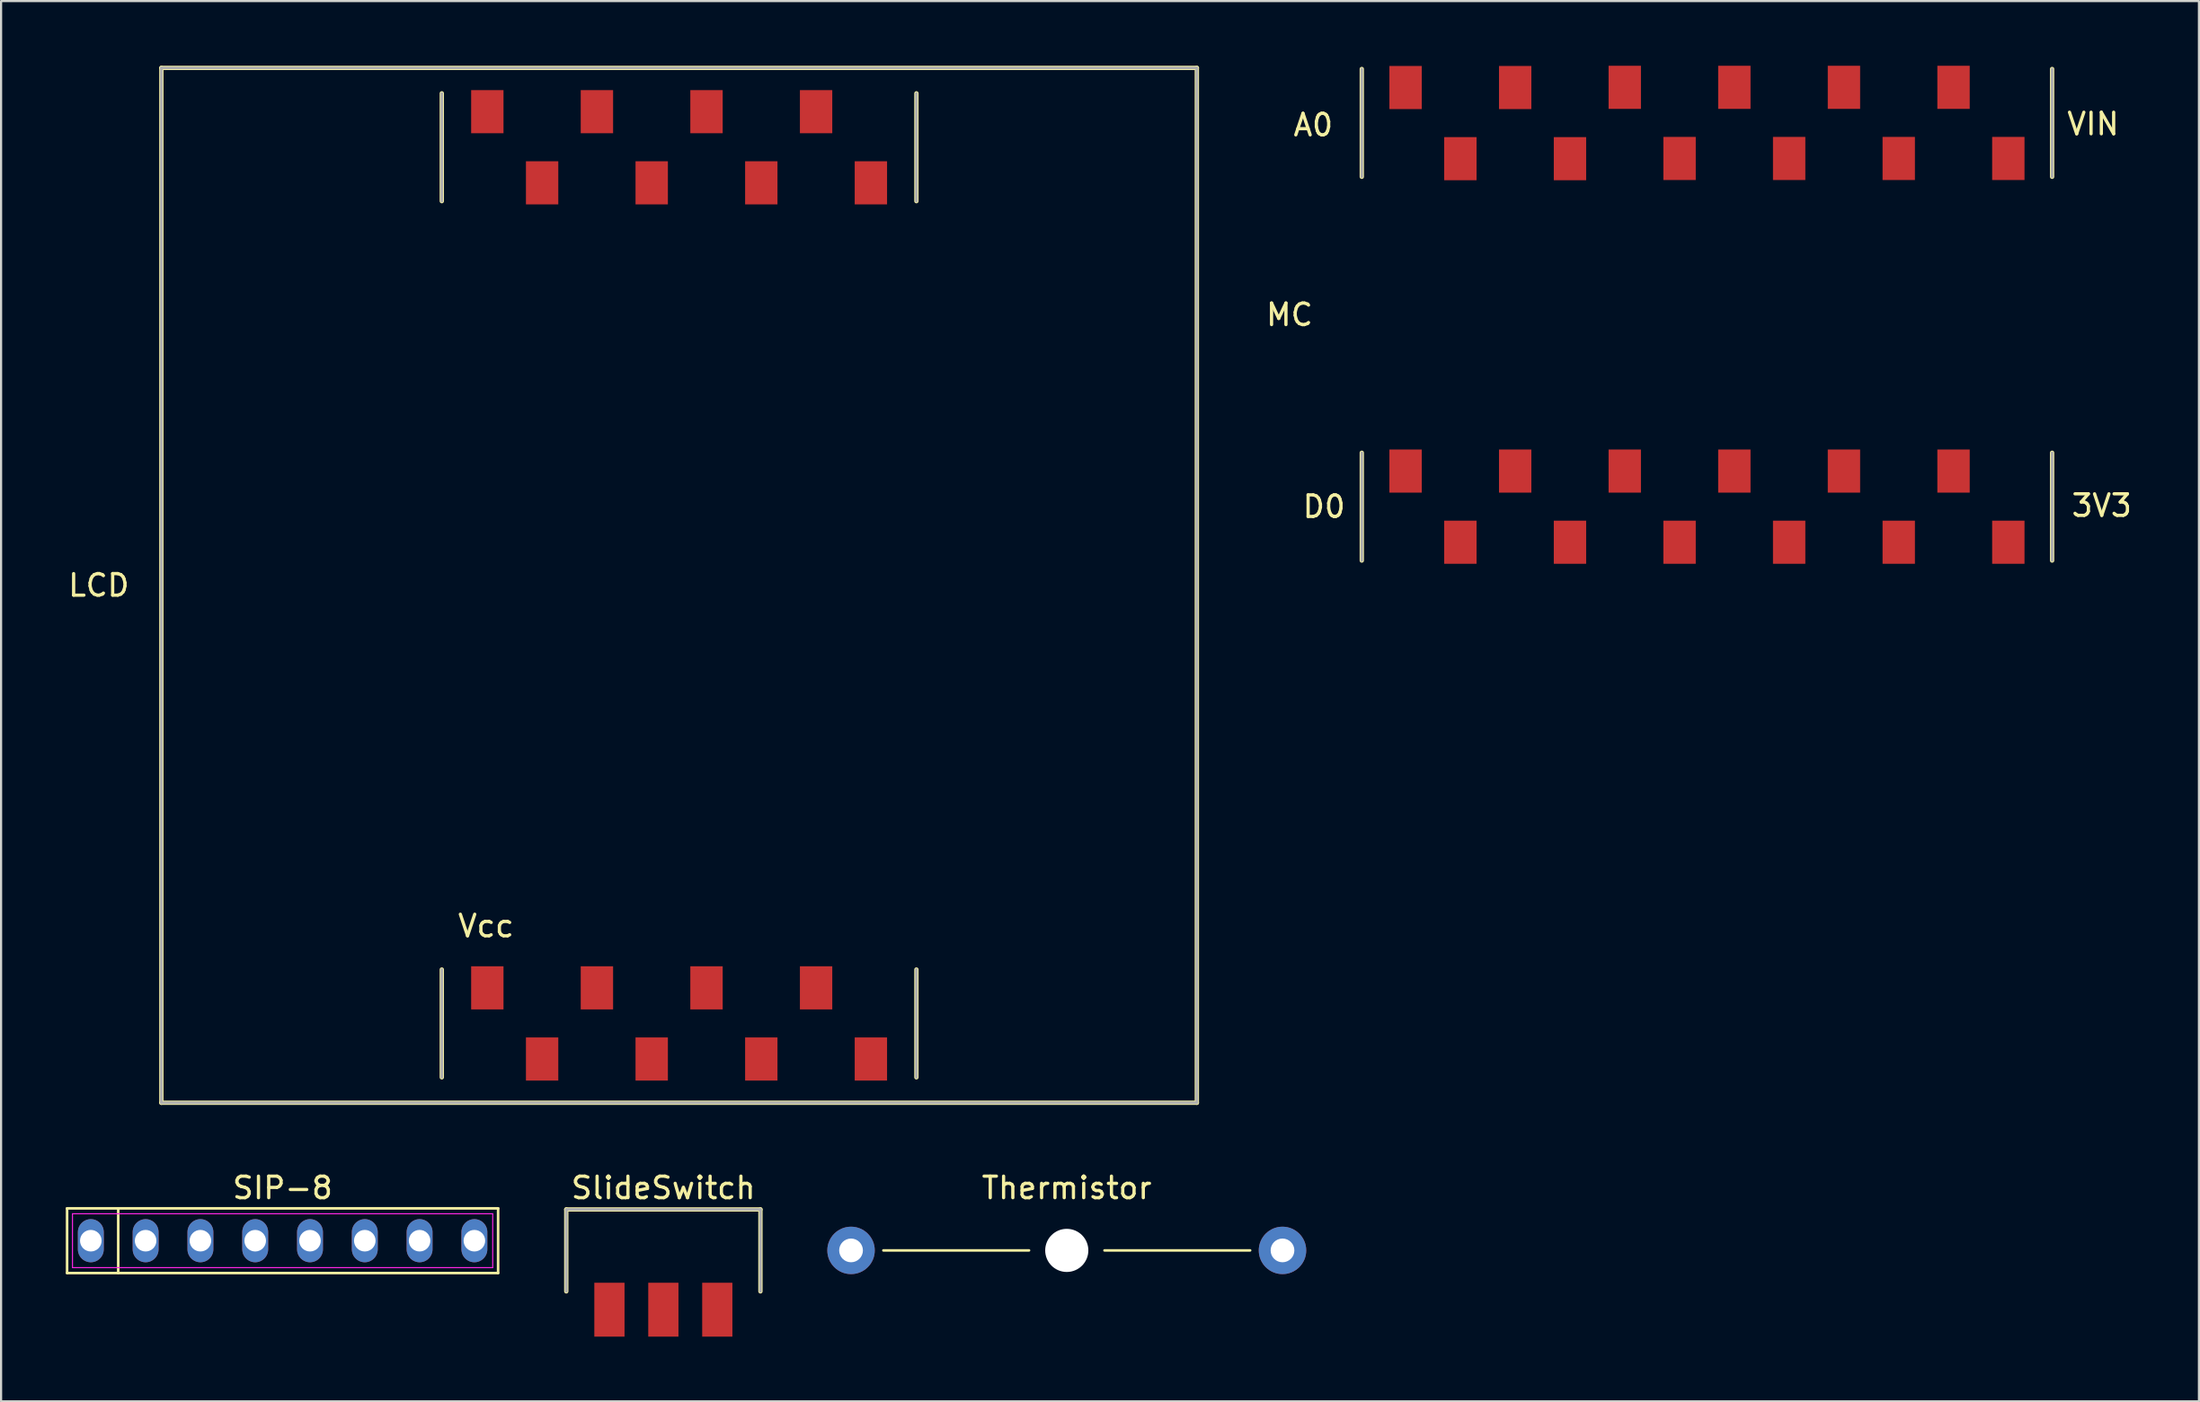
<source format=kicad_pcb>
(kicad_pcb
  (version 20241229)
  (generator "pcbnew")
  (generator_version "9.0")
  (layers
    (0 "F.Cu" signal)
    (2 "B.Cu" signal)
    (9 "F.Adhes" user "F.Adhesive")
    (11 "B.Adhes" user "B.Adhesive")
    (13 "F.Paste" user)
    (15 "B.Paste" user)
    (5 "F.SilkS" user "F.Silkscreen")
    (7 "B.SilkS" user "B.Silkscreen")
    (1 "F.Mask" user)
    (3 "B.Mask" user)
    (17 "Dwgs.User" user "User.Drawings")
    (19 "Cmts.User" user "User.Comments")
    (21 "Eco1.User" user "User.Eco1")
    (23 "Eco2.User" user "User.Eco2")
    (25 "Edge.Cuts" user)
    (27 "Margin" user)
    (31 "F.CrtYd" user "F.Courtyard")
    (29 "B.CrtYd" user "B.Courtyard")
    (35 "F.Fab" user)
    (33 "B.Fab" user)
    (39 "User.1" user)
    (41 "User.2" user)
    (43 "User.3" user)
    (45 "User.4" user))
  (footprint "SlideSwitch"
    (layer "F.Cu")
    (at 27.7 54.948)
    (property "Reference" "SlideSwitch" (at 0 -2.9 0) (layer "F.SilkS") (effects (font (size 1 1) (thickness 0.15))))
    (attr through_hole)
    (fp_line (start -4.5 -1.9) (end -4.5 1.9) (stroke (width 0.2) (type solid)) (layer "F.SilkS"))
    (fp_line (start -4.5 -1.9) (end 4.5 -1.9) (stroke (width 0.2) (type solid)) (layer "F.SilkS"))
    (fp_line (start 4.5 -1.9) (end 4.5 1.9) (stroke (width 0.2) (type solid)) (layer "F.SilkS"))
    (fp_line (start -4.5 -1.9) (end 4.5 -1.9) (stroke (width 0.12) (type solid)) (layer "F.Fab"))
    (fp_line (start -4.5 1.9) (end -4.5 -1.9) (stroke (width 0.12) (type solid)) (layer "F.Fab"))
    (fp_line (start 4.5 -1.9) (end 4.5 1.9) (stroke (width 0.12) (type solid)) (layer "F.Fab"))
    (pad "1" smd rect (at -2.5 2.75) (size 1.4 2.5) (layers "F.Cu" "F.Mask" "F.Paste"))
    (pad "2" smd rect (at 0 2.75) (size 1.4 2.5) (layers "F.Cu" "F.Mask" "F.Paste"))
    (pad "3" smd rect (at 2.5 2.75) (size 1.4 2.5) (layers "F.Cu" "F.Mask" "F.Paste")))
  (footprint "LCD"
    (layer "F.Cu")
    (at 28.43 24.1)
    (property "Reference" "LCD" (at -26.9 0 0) (layer "F.SilkS") (effects (font (size 1 1) (thickness 0.15))))
    (attr through_hole)
    (fp_line (start -24 -24) (end -24 24) (stroke (width 0.2) (type solid)) (layer "F.SilkS"))
    (fp_line (start -24 -24) (end 24 -24) (stroke (width 0.2) (type solid)) (layer "F.SilkS"))
    (fp_line (start -24 24) (end 24 24) (stroke (width 0.2) (type solid)) (layer "F.SilkS"))
    (fp_line (start -11 -22.82) (end -11 -17.82) (stroke (width 0.2) (type solid)) (layer "F.SilkS"))
    (fp_line (start -11 17.82) (end -11 22.82) (stroke (width 0.2) (type solid)) (layer "F.SilkS"))
    (fp_line (start 11 -22.82) (end 11 -17.82) (stroke (width 0.2) (type solid)) (layer "F.SilkS"))
    (fp_line (start 11 17.82) (end 11 22.82) (stroke (width 0.2) (type solid)) (layer "F.SilkS"))
    (fp_line (start 24 -24) (end 24 24) (stroke (width 0.2) (type solid)) (layer "F.SilkS"))
    (fp_line (start -24 -24) (end -24 24) (stroke (width 0.12) (type solid)) (layer "F.Fab"))
    (fp_line (start -24 24) (end 24 24) (stroke (width 0.12) (type solid)) (layer "F.Fab"))
    (fp_line (start -11 -22.82) (end -11 -17.82) (stroke (width 0.12) (type solid)) (layer "F.Fab"))
    (fp_line (start -11 17.82) (end -11 22.82) (stroke (width 0.12) (type solid)) (layer "F.Fab"))
    (fp_line (start 11 -22.82) (end 11 -17.82) (stroke (width 0.12) (type solid)) (layer "F.Fab"))
    (fp_line (start 11 17.82) (end 11 22.82) (stroke (width 0.12) (type solid)) (layer "F.Fab"))
    (fp_line (start 24 -24) (end -24 -24) (stroke (width 0.12) (type solid)) (layer "F.Fab"))
    (fp_line (start 24 24) (end 24 -24) (stroke (width 0.12) (type solid)) (layer "F.Fab"))
    (fp_text user "Vcc" (at -8.95 15.8 0) (layer "F.SilkS") (effects (font (size 1 1) (thickness 0.15))))
    (pad "" smd rect (at -8.89 -21.97) (size 1.5 2) (layers "F.Cu" "F.Mask" "F.Paste"))
    (pad "" smd rect (at -6.35 -18.67) (size 1.5 2) (layers "F.Cu" "F.Mask" "F.Paste"))
    (pad "" smd rect (at -3.81 -21.97) (size 1.5 2) (layers "F.Cu" "F.Mask" "F.Paste"))
    (pad "" smd rect (at -1.27 -18.67) (size 1.5 2) (layers "F.Cu" "F.Mask" "F.Paste"))
    (pad "" smd rect (at 1.27 -21.97) (size 1.5 2) (layers "F.Cu" "F.Mask" "F.Paste"))
    (pad "" smd rect (at 3.81 -18.67) (size 1.5 2) (layers "F.Cu" "F.Mask" "F.Paste"))
    (pad "" smd rect (at 6.35 -21.97) (size 1.5 2) (layers "F.Cu" "F.Mask" "F.Paste"))
    (pad "" smd rect (at 8.89 -18.67) (size 1.5 2) (layers "F.Cu" "F.Mask" "F.Paste"))
    (pad "1" smd rect (at -8.89 18.67) (size 1.5 2) (layers "F.Cu" "F.Mask" "F.Paste"))
    (pad "2" smd rect (at -6.35 21.97) (size 1.5 2) (layers "F.Cu" "F.Mask" "F.Paste"))
    (pad "3" smd rect (at -3.81 18.67) (size 1.5 2) (layers "F.Cu" "F.Mask" "F.Paste"))
    (pad "4" smd rect (at -1.27 21.97) (size 1.5 2) (layers "F.Cu" "F.Mask" "F.Paste"))
    (pad "5" smd rect (at 1.27 18.67) (size 1.5 2) (layers "F.Cu" "F.Mask" "F.Paste"))
    (pad "6" smd rect (at 3.81 21.97) (size 1.5 2) (layers "F.Cu" "F.Mask" "F.Paste"))
    (pad "7" smd rect (at 6.35 18.67) (size 1.5 2) (layers "F.Cu" "F.Mask" "F.Paste"))
    (pad "8" smd rect (at 8.89 21.97) (size 1.5 2) (layers "F.Cu" "F.Mask" "F.Paste")))
  (footprint "MC"
    (layer "F.Cu")
    (at 76.076 11.55)
    (property "Reference" "MC" (at -19.35 0 0) (layer "F.SilkS") (effects (font (size 1 1) (thickness 0.15))))
    (attr through_hole)
    (fp_line (start -16 -11.4) (end -16 -6.4) (stroke (width 0.2) (type solid)) (layer "F.SilkS"))
    (fp_line (start -16 6.4) (end -16 11.4) (stroke (width 0.2) (type solid)) (layer "F.SilkS"))
    (fp_line (start 16 -11.4) (end 16 -6.4) (stroke (width 0.2) (type solid)) (layer "F.SilkS"))
    (fp_line (start 16 6.4) (end 16 11.4) (stroke (width 0.2) (type solid)) (layer "F.SilkS"))
    (fp_line (start -16 -11.4) (end -16 -6.4) (stroke (width 0.12) (type solid)) (layer "F.Fab"))
    (fp_line (start -16 6.4) (end -16 11.4) (stroke (width 0.12) (type solid)) (layer "F.Fab"))
    (fp_line (start 16 -11.4) (end 16 -6.4) (stroke (width 0.12) (type solid)) (layer "F.Fab"))
    (fp_line (start 16 6.4) (end 16 11.4) (stroke (width 0.12) (type solid)) (layer "F.Fab"))
    (fp_text user "VIN" (at 17.9 -8.85 0) (layer "F.SilkS") (effects (font (size 1 1) (thickness 0.15))))
    (fp_text user "D0" (at -17.75 8.9 0) (layer "F.SilkS") (effects (font (size 1 1) (thickness 0.15))))
    (fp_text user "3V3" (at 18.3 8.85 0) (layer "F.SilkS") (effects (font (size 1 1) (thickness 0.15))))
    (fp_text user "A0" (at -18.25 -8.8 0) (layer "F.SilkS") (effects (font (size 1 1) (thickness 0.15))))
    (pad "1" smd rect (at -13.97 -10.54) (size 1.5 2) (layers "F.Cu" "F.Mask" "F.Paste"))
    (pad "2" smd rect (at -11.43 -7.24) (size 1.5 2) (layers "F.Cu" "F.Mask" "F.Paste"))
    (pad "3" smd rect (at -8.89 -10.54) (size 1.5 2) (layers "F.Cu" "F.Mask" "F.Paste"))
    (pad "4" smd rect (at -6.35 -7.24) (size 1.5 2) (layers "F.Cu" "F.Mask" "F.Paste"))
    (pad "5" smd rect (at -3.81 -10.55) (size 1.5 2) (layers "F.Cu" "F.Mask" "F.Paste"))
    (pad "6" smd rect (at -1.27 -7.25) (size 1.5 2) (layers "F.Cu" "F.Mask" "F.Paste"))
    (pad "7" smd rect (at 1.27 -10.55) (size 1.5 2) (layers "F.Cu" "F.Mask" "F.Paste"))
    (pad "8" smd rect (at 3.81 -7.25) (size 1.5 2) (layers "F.Cu" "F.Mask" "F.Paste"))
    (pad "9" smd rect (at 6.35 -10.55) (size 1.5 2) (layers "F.Cu" "F.Mask" "F.Paste"))
    (pad "10" smd rect (at 8.89 -7.25) (size 1.5 2) (layers "F.Cu" "F.Mask" "F.Paste"))
    (pad "11" smd rect (at 11.43 -10.55) (size 1.5 2) (layers "F.Cu" "F.Mask" "F.Paste"))
    (pad "12" smd rect (at 13.97 -7.25) (size 1.5 2) (layers "F.Cu" "F.Mask" "F.Paste"))
    (pad "13" smd rect (at -13.97 7.25) (size 1.5 2) (layers "F.Cu" "F.Mask" "F.Paste"))
    (pad "14" smd rect (at -11.43 10.55) (size 1.5 2) (layers "F.Cu" "F.Mask" "F.Paste"))
    (pad "15" smd rect (at -8.89 7.25) (size 1.5 2) (layers "F.Cu" "F.Mask" "F.Paste"))
    (pad "16" smd rect (at -6.35 10.55) (size 1.5 2) (layers "F.Cu" "F.Mask" "F.Paste"))
    (pad "17" smd rect (at -3.81 7.25) (size 1.5 2) (layers "F.Cu" "F.Mask" "F.Paste"))
    (pad "18" smd rect (at -1.27 10.55) (size 1.5 2) (layers "F.Cu" "F.Mask" "F.Paste"))
    (pad "19" smd rect (at 1.27 7.25) (size 1.5 2) (layers "F.Cu" "F.Mask" "F.Paste"))
    (pad "20" smd rect (at 3.81 10.55) (size 1.5 2) (layers "F.Cu" "F.Mask" "F.Paste"))
    (pad "21" smd rect (at 6.35 7.25) (size 1.5 2) (layers "F.Cu" "F.Mask" "F.Paste"))
    (pad "22" smd rect (at 8.89 10.55) (size 1.5 2) (layers "F.Cu" "F.Mask" "F.Paste"))
    (pad "23" smd rect (at 11.43 7.25) (size 1.5 2) (layers "F.Cu" "F.Mask" "F.Paste"))
    (pad "24" smd rect (at 13.97 10.55) (size 1.5 2) (layers "F.Cu" "F.Mask" "F.Paste")))
  (footprint "Thermistor"
    (layer "F.Cu")
    (at 46.4 54.948)
    (property "Reference" "Thermistor" (at 0 -2.9 0) (layer "F.SilkS") (effects (font (size 1 1) (thickness 0.15))))
    (attr through_hole)
    (fp_line (start -8.5 0) (end -1.75 0) (stroke (width 0.12) (type solid)) (layer "F.SilkS"))
    (fp_line (start 1.75 0) (end 8.5 0) (stroke (width 0.12) (type solid)) (layer "F.SilkS"))
    (pad "" np_thru_hole circle (at 0 0) (size 2 2) (drill 2) (layers "*.Cu" "*.Mask"))
    (pad "1" thru_hole circle (at -10 0) (size 2.2 2.2) (drill 1.1) (layers "*.Cu" "*.Mask"))
    (pad "2" thru_hole circle (at 10 0) (size 2.2 2.2) (drill 1.1) (layers "*.Cu" "*.Mask")))
  (footprint "SIP-8"
    (layer "F.Cu")
    (at 10.05 54.498)
    (property "Reference" "SIP-8" (at 0 -2.45 0) (layer "F.SilkS") (effects (font (size 1 1) (thickness 0.15))))
    (attr through_hole)
    (fp_line (start -9.99 -1.5) (end 9.99 -1.5) (stroke (width 0.12) (type solid)) (layer "F.SilkS"))
    (fp_line (start -9.99 1.5) (end -9.99 -1.5) (stroke (width 0.12) (type solid)) (layer "F.SilkS"))
    (fp_line (start -7.62 -1.5) (end -7.62 1.5) (stroke (width 0.12) (type solid)) (layer "F.SilkS"))
    (fp_line (start 9.99 -1.5) (end 9.99 1.5) (stroke (width 0.12) (type solid)) (layer "F.SilkS"))
    (fp_line (start 9.99 1.5) (end -9.99 1.5) (stroke (width 0.12) (type solid)) (layer "F.SilkS"))
    (fp_line (start -9.74 -1.25) (end 9.74 -1.25) (stroke (width 0.05) (type solid)) (layer "F.CrtYd"))
    (fp_line (start -9.74 1.25) (end -9.74 -1.25) (stroke (width 0.05) (type solid)) (layer "F.CrtYd"))
    (fp_line (start 9.74 -1.25) (end 9.74 1.25) (stroke (width 0.05) (type solid)) (layer "F.CrtYd"))
    (fp_line (start 9.74 1.25) (end -9.74 1.25) (stroke (width 0.05) (type solid)) (layer "F.CrtYd"))
    (pad "1" thru_hole oval (at -8.89 0) (size 1.2 2) (drill 1) (layers "*.Cu" "*.Mask"))
    (pad "2" thru_hole oval (at -6.35 0) (size 1.2 2) (drill 1) (layers "*.Cu" "*.Mask"))
    (pad "3" thru_hole oval (at -3.81 0) (size 1.2 2) (drill 1) (layers "*.Cu" "*.Mask"))
    (pad "4" thru_hole oval (at -1.27 0) (size 1.2 2) (drill 1) (layers "*.Cu" "*.Mask"))
    (pad "5" thru_hole oval (at 1.27 0) (size 1.2 2) (drill 1) (layers "*.Cu" "*.Mask"))
    (pad "6" thru_hole oval (at 3.81 0) (size 1.2 2) (drill 1) (layers "*.Cu" "*.Mask"))
    (pad "7" thru_hole oval (at 6.35 0) (size 1.2 2) (drill 1) (layers "*.Cu" "*.Mask"))
    (pad "8" thru_hole oval (at 8.89 0) (size 1.2 2) (drill 1) (layers "*.Cu" "*.Mask")))
  (gr_rect
    (start -3 -3)
    (end 98.882 61.948)
    (stroke (width 0.1) (type default))
    (fill no)
    (layer "Edge.Cuts")))
</source>
